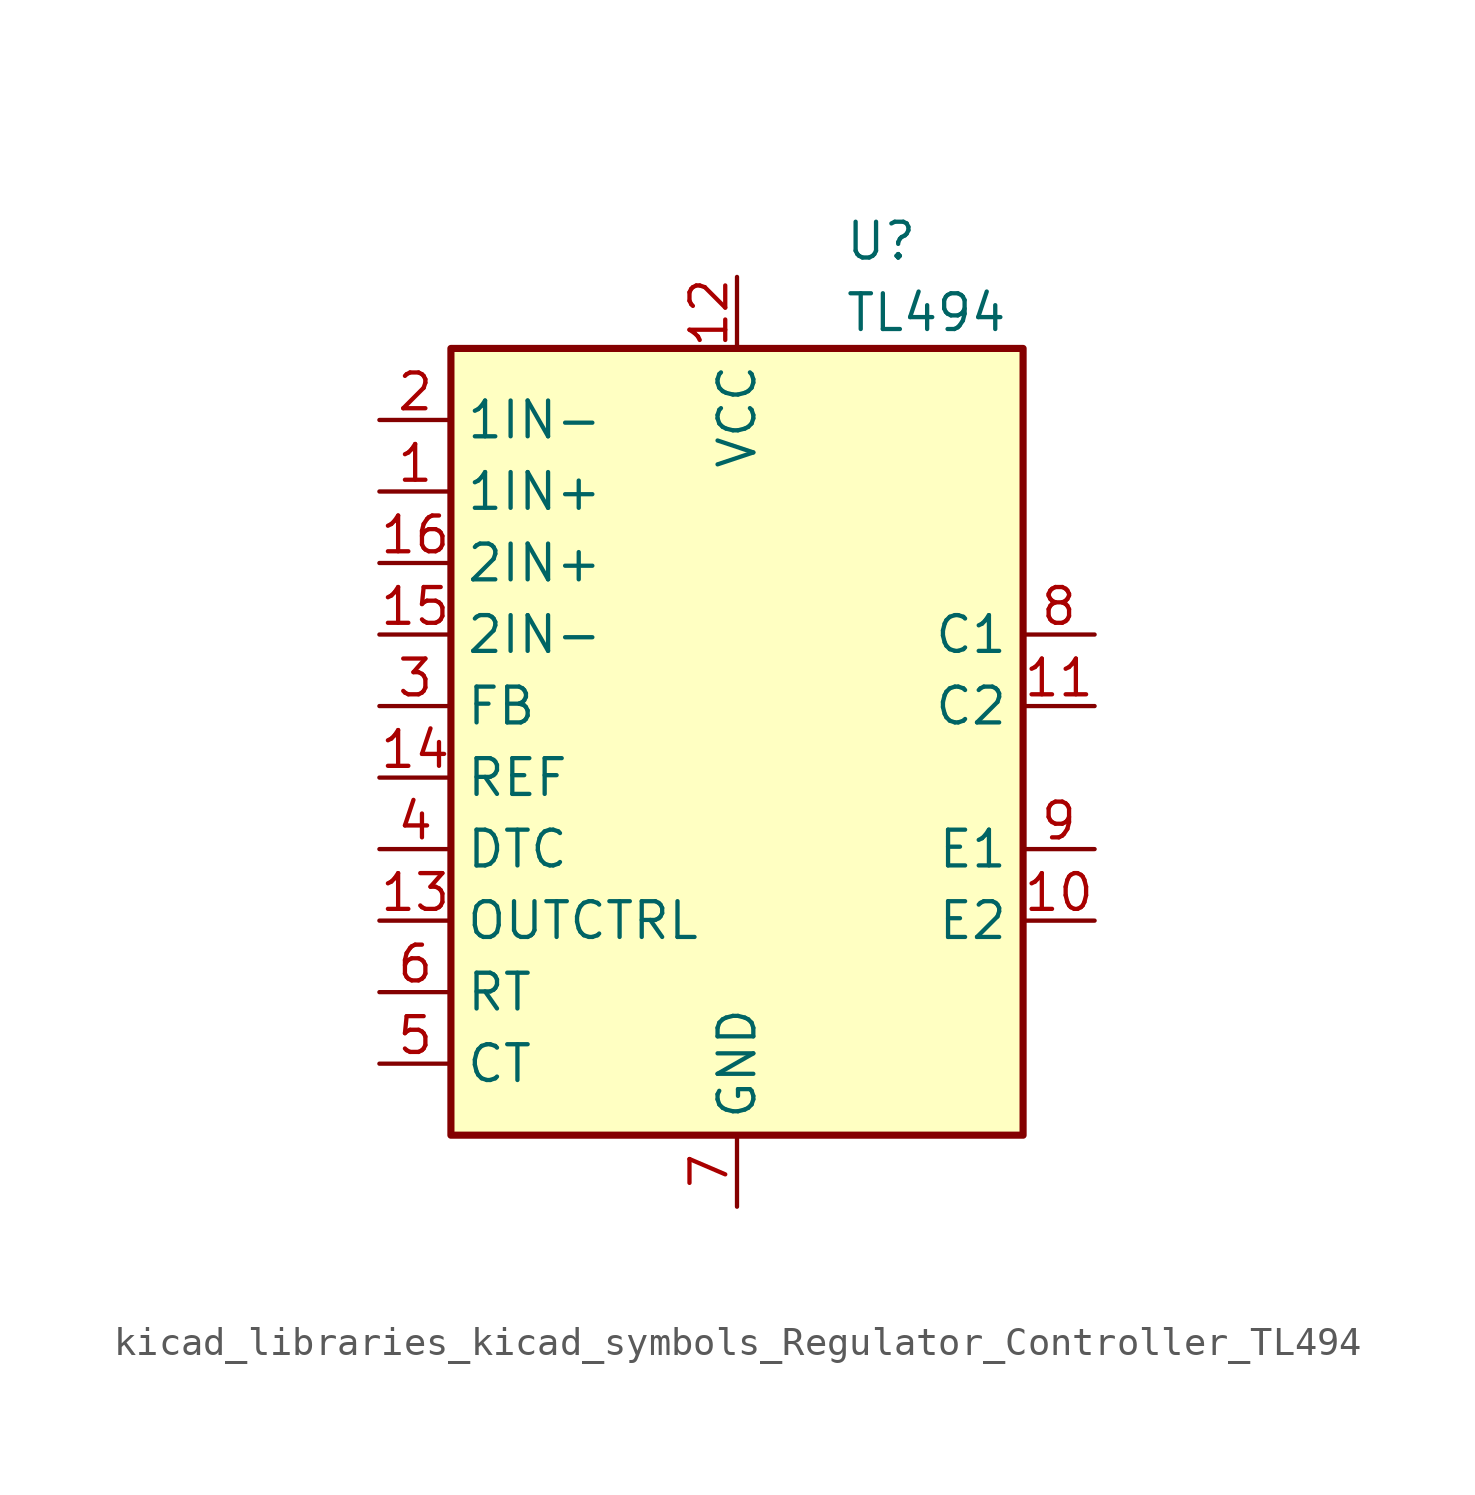
<source format=kicad_sym>
(kicad_symbol_lib
  (version 20220914)
  (generator kicad_symbol_editor)
  (symbol "kicad_libraries_kicad_symbols_Regulator_Controller_TL494"
    (property "Reference" "U"
      (at 3.81 19.05 0)
      (effects (font (size 1.27 1.27)) (justify left)))
    (property "Value" "TL494"
      (at 3.81 16.51 0)
      (effects (font (size 1.27 1.27)) (justify left)))
    (symbol "kicad_libraries_kicad_symbols_Regulator_Controller_TL494_0_1"
      (rectangle (start -10.16 -12.7) (end 10.16 15.24) (stroke (width 0.254) (type default)) (fill (type background))))
    (symbol "kicad_libraries_kicad_symbols_Regulator_Controller_TL494_1_1"
      (pin input line (at -12.7 10.16 0) (length 2.54) (name "1IN+" (effects (font (size 1.27 1.27)))) (number "1" (effects (font (size 1.27 1.27)))))
      (pin passive line (at 12.7 -5.08 180) (length 2.54) (name "E2" (effects (font (size 1.27 1.27)))) (number "10" (effects (font (size 1.27 1.27)))))
      (pin passive line (at 12.7 2.54 180) (length 2.54) (name "C2" (effects (font (size 1.27 1.27)))) (number "11" (effects (font (size 1.27 1.27)))))
      (pin power_in line (at 0 17.78 270) (length 2.54) (name "VCC" (effects (font (size 1.27 1.27)))) (number "12" (effects (font (size 1.27 1.27)))))
      (pin input line (at -12.7 -5.08 0) (length 2.54) (name "OUTCTRL" (effects (font (size 1.27 1.27)))) (number "13" (effects (font (size 1.27 1.27)))))
      (pin power_out line (at -12.7 0 0) (length 2.54) (name "REF" (effects (font (size 1.27 1.27)))) (number "14" (effects (font (size 1.27 1.27)))))
      (pin input line (at -12.7 5.08 0) (length 2.54) (name "2IN-" (effects (font (size 1.27 1.27)))) (number "15" (effects (font (size 1.27 1.27)))))
      (pin input line (at -12.7 7.62 0) (length 2.54) (name "2IN+" (effects (font (size 1.27 1.27)))) (number "16" (effects (font (size 1.27 1.27)))))
      (pin input line (at -12.7 12.7 0) (length 2.54) (name "1IN-" (effects (font (size 1.27 1.27)))) (number "2" (effects (font (size 1.27 1.27)))))
      (pin output line (at -12.7 2.54 0) (length 2.54) (name "FB" (effects (font (size 1.27 1.27)))) (number "3" (effects (font (size 1.27 1.27)))))
      (pin input line (at -12.7 -2.54 0) (length 2.54) (name "DTC" (effects (font (size 1.27 1.27)))) (number "4" (effects (font (size 1.27 1.27)))))
      (pin passive line (at -12.7 -10.16 0) (length 2.54) (name "CT" (effects (font (size 1.27 1.27)))) (number "5" (effects (font (size 1.27 1.27)))))
      (pin passive line (at -12.7 -7.62 0) (length 2.54) (name "RT" (effects (font (size 1.27 1.27)))) (number "6" (effects (font (size 1.27 1.27)))))
      (pin power_in line (at 0 -15.24 90) (length 2.54) (name "GND" (effects (font (size 1.27 1.27)))) (number "7" (effects (font (size 1.27 1.27)))))
      (pin passive line (at 12.7 5.08 180) (length 2.54) (name "C1" (effects (font (size 1.27 1.27)))) (number "8" (effects (font (size 1.27 1.27)))))
      (pin passive line (at 12.7 -2.54 180) (length 2.54) (name "E1" (effects (font (size 1.27 1.27)))) (number "9" (effects (font (size 1.27 1.27))))))))
</source>
